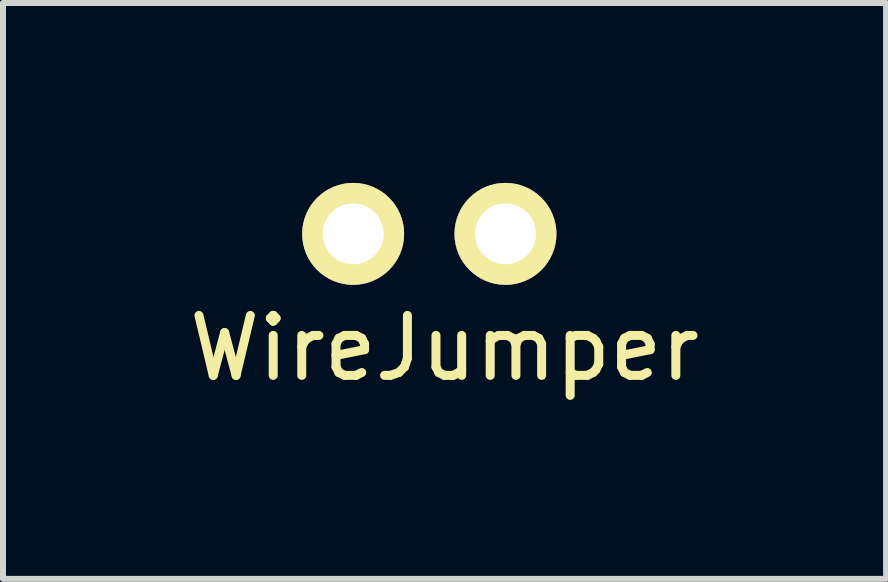
<source format=kicad_pcb>
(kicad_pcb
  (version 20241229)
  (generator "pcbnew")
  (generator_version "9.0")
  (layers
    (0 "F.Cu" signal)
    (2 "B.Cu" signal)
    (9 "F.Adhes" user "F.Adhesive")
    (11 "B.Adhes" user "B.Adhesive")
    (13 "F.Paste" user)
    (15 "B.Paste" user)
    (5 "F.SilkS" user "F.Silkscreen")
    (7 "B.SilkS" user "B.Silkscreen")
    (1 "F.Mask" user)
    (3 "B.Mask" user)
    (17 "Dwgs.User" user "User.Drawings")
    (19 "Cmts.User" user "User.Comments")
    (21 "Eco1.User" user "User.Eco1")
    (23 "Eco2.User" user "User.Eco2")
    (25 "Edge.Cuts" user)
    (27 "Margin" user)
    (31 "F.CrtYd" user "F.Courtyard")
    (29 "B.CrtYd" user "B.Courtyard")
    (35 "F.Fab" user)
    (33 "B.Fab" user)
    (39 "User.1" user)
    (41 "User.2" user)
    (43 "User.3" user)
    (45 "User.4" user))
  (footprint "WireJumper"
    (layer "F.Cu")
    (at 2.839 0.85)
    (property "Reference" "WireJumper" (at 1.524 1.905 0) (layer "F.SilkS") (effects (font (size 1 1) (thickness 0.15))))
    (attr through_hole)
    (pad "1" thru_hole circle (at 0 0) (size 1.7 1.7) (drill 1.016) (layers "*.Cu" "*.Mask" "F.SilkS"))
    (pad "2" thru_hole circle (at 2.54 0) (size 1.7 1.7) (drill 1.016) (layers "*.Cu" "*.Mask" "F.SilkS")))
  (gr_rect
    (start -3 -3)
    (end 11.726 6.603)
    (stroke (width 0.1) (type default))
    (fill no)
    (layer "Edge.Cuts")))
</source>
